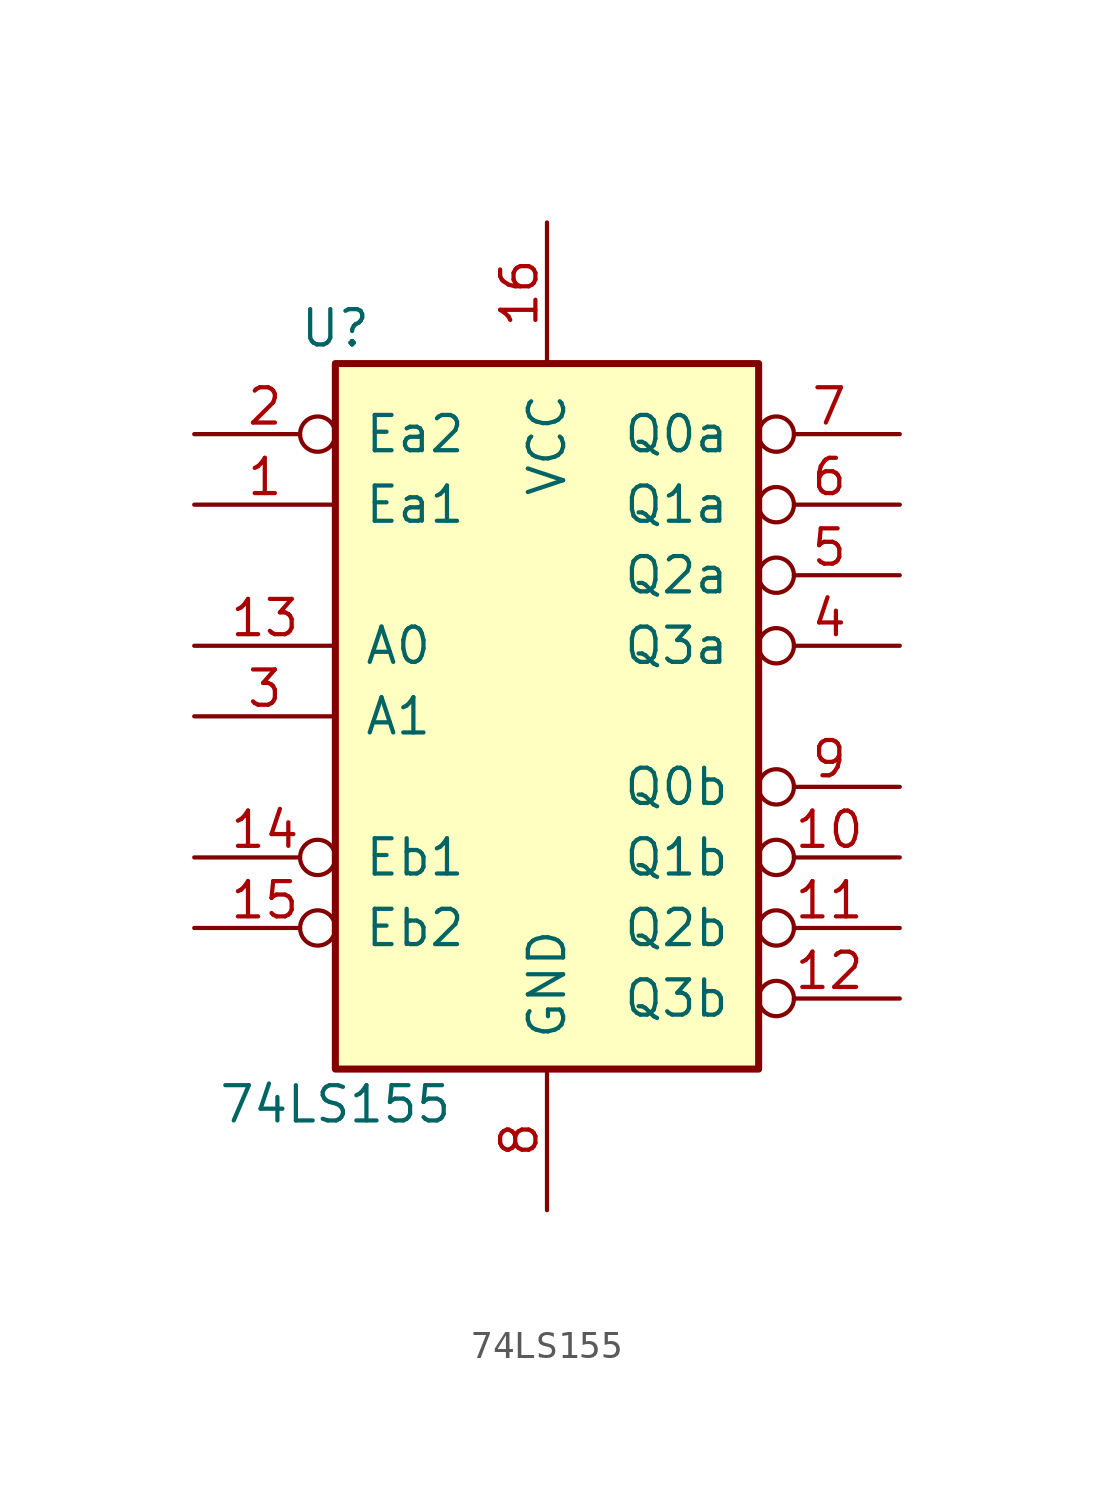
<source format=kicad_sym>
(kicad_symbol_lib
  (version 20220914)
  (generator kicad_symbol_editor)
  (symbol "74LS155"
    (pin_names
      (offset 1.016))
    (property "Reference" "U"
      (at -7.62 13.97 0)
      (effects (font (size 1.27 1.27))))
    (property "Value" "74LS155"
      (at -7.62 -13.97 0)
      (effects (font (size 1.27 1.27))))
    (property "ki_locked" ""
      (at 0 0 0)
      (effects (font (size 1.27 1.27))))
    (symbol "74LS155_1_0"
      (pin input line (at -12.7 7.62 0) (length 5.08) (name "Ea1" (effects (font (size 1.27 1.27)))) (number "1" (effects (font (size 1.27 1.27)))))
      (pin output inverted (at 12.7 -5.08 180) (length 5.08) (name "Q1b" (effects (font (size 1.27 1.27)))) (number "10" (effects (font (size 1.27 1.27)))))
      (pin output inverted (at 12.7 -7.62 180) (length 5.08) (name "Q2b" (effects (font (size 1.27 1.27)))) (number "11" (effects (font (size 1.27 1.27)))))
      (pin output inverted (at 12.7 -10.16 180) (length 5.08) (name "Q3b" (effects (font (size 1.27 1.27)))) (number "12" (effects (font (size 1.27 1.27)))))
      (pin input line (at -12.7 2.54 0) (length 5.08) (name "A0" (effects (font (size 1.27 1.27)))) (number "13" (effects (font (size 1.27 1.27)))))
      (pin input inverted (at -12.7 -5.08 0) (length 5.08) (name "Eb1" (effects (font (size 1.27 1.27)))) (number "14" (effects (font (size 1.27 1.27)))))
      (pin input inverted (at -12.7 -7.62 0) (length 5.08) (name "Eb2" (effects (font (size 1.27 1.27)))) (number "15" (effects (font (size 1.27 1.27)))))
      (pin power_in line (at 0 17.78 270) (length 5.08) (name "VCC" (effects (font (size 1.27 1.27)))) (number "16" (effects (font (size 1.27 1.27)))))
      (pin input inverted (at -12.7 10.16 0) (length 5.08) (name "Ea2" (effects (font (size 1.27 1.27)))) (number "2" (effects (font (size 1.27 1.27)))))
      (pin input line (at -12.7 0 0) (length 5.08) (name "A1" (effects (font (size 1.27 1.27)))) (number "3" (effects (font (size 1.27 1.27)))))
      (pin output inverted (at 12.7 2.54 180) (length 5.08) (name "Q3a" (effects (font (size 1.27 1.27)))) (number "4" (effects (font (size 1.27 1.27)))))
      (pin output inverted (at 12.7 5.08 180) (length 5.08) (name "Q2a" (effects (font (size 1.27 1.27)))) (number "5" (effects (font (size 1.27 1.27)))))
      (pin output inverted (at 12.7 7.62 180) (length 5.08) (name "Q1a" (effects (font (size 1.27 1.27)))) (number "6" (effects (font (size 1.27 1.27)))))
      (pin output inverted (at 12.7 10.16 180) (length 5.08) (name "Q0a" (effects (font (size 1.27 1.27)))) (number "7" (effects (font (size 1.27 1.27)))))
      (pin power_in line (at 0 -17.78 90) (length 5.08) (name "GND" (effects (font (size 1.27 1.27)))) (number "8" (effects (font (size 1.27 1.27)))))
      (pin output inverted (at 12.7 -2.54 180) (length 5.08) (name "Q0b" (effects (font (size 1.27 1.27)))) (number "9" (effects (font (size 1.27 1.27))))))
    (symbol "74LS155_1_1"
      (rectangle (start -7.62 12.7) (end 7.62 -12.7) (stroke (width 0.254) (type default)) (fill (type background))))))
</source>
